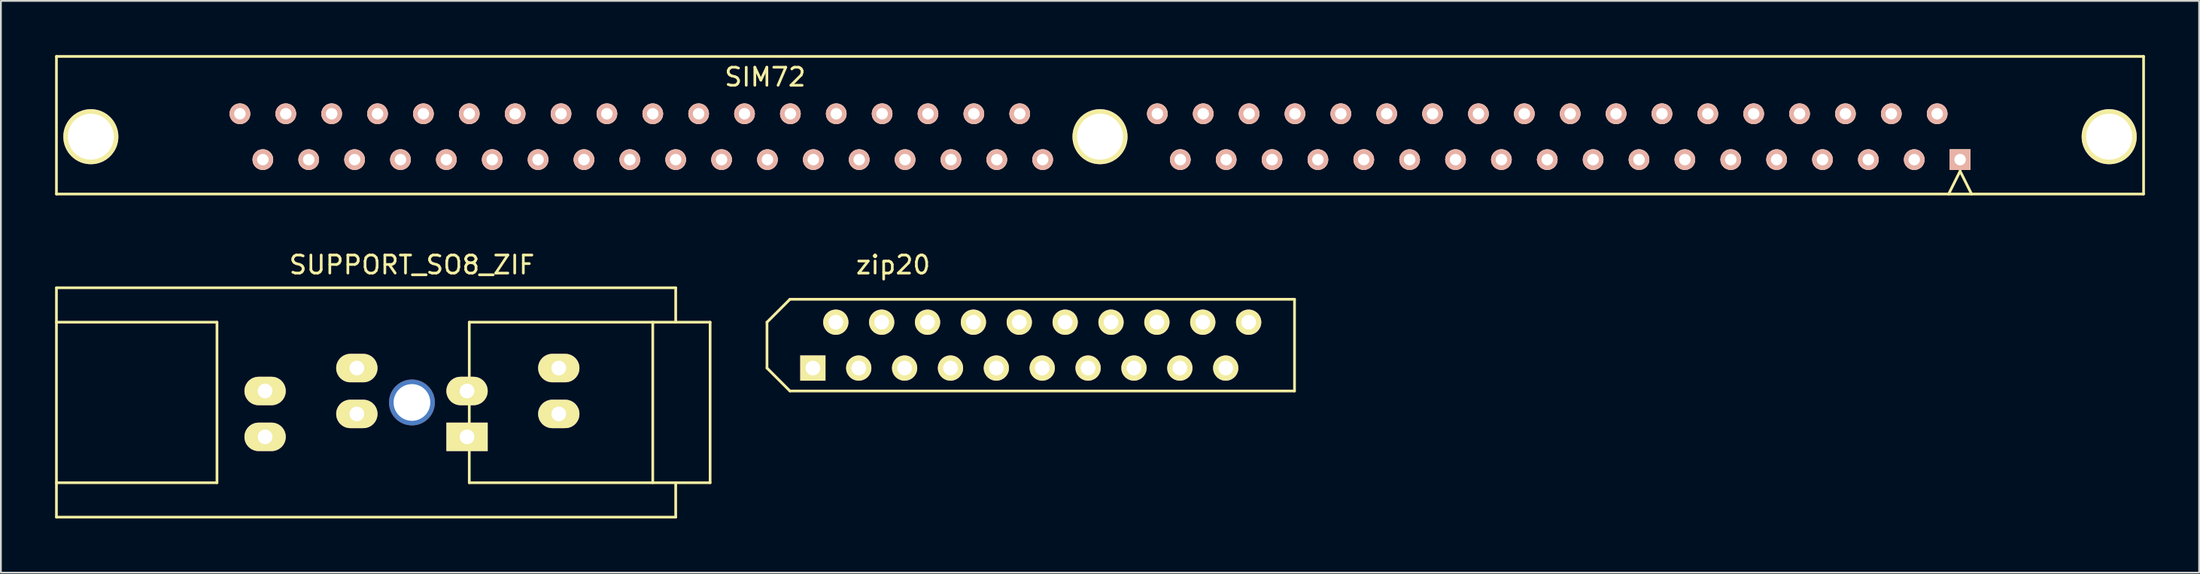
<source format=kicad_pcb>
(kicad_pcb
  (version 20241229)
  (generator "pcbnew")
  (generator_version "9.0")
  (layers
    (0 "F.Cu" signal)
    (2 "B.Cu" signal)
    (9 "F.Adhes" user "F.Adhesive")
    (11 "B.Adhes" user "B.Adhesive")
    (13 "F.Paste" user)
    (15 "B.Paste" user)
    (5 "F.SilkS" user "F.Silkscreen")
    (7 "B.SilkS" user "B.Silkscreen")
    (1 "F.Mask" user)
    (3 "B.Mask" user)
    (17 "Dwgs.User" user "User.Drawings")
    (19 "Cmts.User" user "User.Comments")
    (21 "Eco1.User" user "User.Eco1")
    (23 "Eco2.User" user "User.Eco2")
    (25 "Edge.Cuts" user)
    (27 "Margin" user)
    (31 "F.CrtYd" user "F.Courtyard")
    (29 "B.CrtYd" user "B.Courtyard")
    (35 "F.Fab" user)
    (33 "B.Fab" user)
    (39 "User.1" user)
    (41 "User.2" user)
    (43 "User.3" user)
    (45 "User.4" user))
  (footprint "SUPPORT_SO8_ZIF"
    (layer "F.Cu")
    (at 19.76 19.238)
    (property "Reference" "SUPPORT_SO8_ZIF" (at 0 -7.62 0) (layer "F.SilkS") (effects (font (size 1 1) (thickness 0.15))))
    (attr through_hole)
    (fp_line (start -19.685 -6.35) (end -19.685 6.35) (stroke (width 0.15) (type solid)) (layer "F.SilkS"))
    (fp_line (start -19.685 -6.35) (end 14.605 -6.35) (stroke (width 0.15) (type solid)) (layer "F.SilkS"))
    (fp_line (start -19.685 4.445) (end -10.795 4.445) (stroke (width 0.15) (type solid)) (layer "F.SilkS"))
    (fp_line (start -10.795 -4.445) (end -19.685 -4.445) (stroke (width 0.15) (type solid)) (layer "F.SilkS"))
    (fp_line (start -10.795 4.445) (end -10.795 -4.445) (stroke (width 0.15) (type solid)) (layer "F.SilkS"))
    (fp_line (start 3.175 -4.445) (end 3.175 4.445) (stroke (width 0.15) (type solid)) (layer "F.SilkS"))
    (fp_line (start 3.175 4.445) (end 16.51 4.445) (stroke (width 0.15) (type solid)) (layer "F.SilkS"))
    (fp_line (start 13.335 4.445) (end 13.335 -4.445) (stroke (width 0.15) (type solid)) (layer "F.SilkS"))
    (fp_line (start 14.605 -6.35) (end 14.605 -4.445) (stroke (width 0.15) (type solid)) (layer "F.SilkS"))
    (fp_line (start 14.605 6.35) (end -19.685 6.35) (stroke (width 0.15) (type solid)) (layer "F.SilkS"))
    (fp_line (start 14.605 6.35) (end 14.605 4.445) (stroke (width 0.15) (type solid)) (layer "F.SilkS"))
    (fp_line (start 16.51 -4.445) (end 3.175 -4.445) (stroke (width 0.15) (type solid)) (layer "F.SilkS"))
    (fp_line (start 16.51 4.445) (end 16.51 -4.445) (stroke (width 0.15) (type solid)) (layer "F.SilkS"))
    (pad "" thru_hole circle (at 0 0) (size 2.54 2.54) (drill 2.032) (layers "*.Cu"))
    (pad "1" thru_hole oval (at -3.051 -1.905) (size 2.286 1.575) (drill 0.813) (layers "*.Cu" "*.Mask" "F.SilkS"))
    (pad "2" thru_hole oval (at -8.131 -0.635) (size 2.286 1.575) (drill 0.813) (layers "*.Cu" "*.Mask" "F.SilkS"))
    (pad "3" thru_hole oval (at -3.051 0.635) (size 2.286 1.575) (drill 0.813) (layers "*.Cu" "*.Mask" "F.SilkS"))
    (pad "4" thru_hole oval (at -8.131 1.905) (size 2.286 1.575) (drill 0.813) (layers "*.Cu" "*.Mask" "F.SilkS"))
    (pad "5" thru_hole rect (at 3.051 1.905) (size 2.286 1.575) (drill 0.813) (layers "*.Cu" "*.Mask" "F.SilkS"))
    (pad "6" thru_hole oval (at 8.131 0.635) (size 2.286 1.575) (drill 0.813) (layers "*.Cu" "*.Mask" "F.SilkS"))
    (pad "7" thru_hole oval (at 3.051 -0.635) (size 2.286 1.575) (drill 0.813) (layers "*.Cu" "*.Mask" "F.SilkS"))
    (pad "8" thru_hole oval (at 8.131 -1.905) (size 2.286 1.575) (drill 0.813) (layers "*.Cu" "*.Mask" "F.SilkS")))
  (footprint "SIM72"
    (layer "F.Cu")
    (at 57.86 4.52)
    (property "Reference" "SIM72" (at -18.542 -3.302 0) (layer "F.SilkS") (effects (font (size 1 1) (thickness 0.15))))
    (attr through_hole)
    (fp_line (start -57.785 -4.445) (end -57.785 3.175) (stroke (width 0.15) (type solid)) (layer "F.SilkS"))
    (fp_line (start -57.785 3.175) (end 57.785 3.175) (stroke (width 0.15) (type solid)) (layer "F.SilkS"))
    (fp_line (start 46.99 3.175) (end 47.625 1.905) (stroke (width 0.15) (type solid)) (layer "F.SilkS"))
    (fp_line (start 47.625 1.905) (end 48.26 3.175) (stroke (width 0.15) (type solid)) (layer "F.SilkS"))
    (fp_line (start 57.785 -4.445) (end -57.785 -4.445) (stroke (width 0.15) (type solid)) (layer "F.SilkS"))
    (fp_line (start 57.785 3.175) (end 57.785 -4.445) (stroke (width 0.15) (type solid)) (layer "F.SilkS"))
    (pad "" thru_hole circle (at -55.88 0) (size 3.048 3.048) (drill 2.54) (layers "*.Cu" "*.Mask" "F.SilkS"))
    (pad "" thru_hole circle (at 0 0) (size 3.048 3.048) (drill 2.54) (layers "*.Cu" "*.Mask" "F.SilkS"))
    (pad "" thru_hole circle (at 55.88 0) (size 3.048 3.048) (drill 2.54) (layers "*.Cu" "*.Mask" "F.SilkS"))
    (pad "1" thru_hole rect (at 47.625 1.27) (size 1.143 1.143) (drill 0.635) (layers "*.Cu" "*.SilkS" "*.Mask"))
    (pad "2" thru_hole circle (at 46.355 -1.27) (size 1.143 1.143) (drill 0.635) (layers "*.Cu" "*.SilkS" "*.Mask"))
    (pad "3" thru_hole circle (at 45.085 1.27) (size 1.143 1.143) (drill 0.635) (layers "*.Cu" "*.SilkS" "*.Mask"))
    (pad "4" thru_hole circle (at 43.815 -1.27) (size 1.143 1.143) (drill 0.635) (layers "*.Cu" "*.SilkS" "*.Mask"))
    (pad "5" thru_hole circle (at 42.545 1.27) (size 1.143 1.143) (drill 0.635) (layers "*.Cu" "*.SilkS" "*.Mask"))
    (pad "6" thru_hole circle (at 41.275 -1.27) (size 1.143 1.143) (drill 0.635) (layers "*.Cu" "*.SilkS" "*.Mask"))
    (pad "7" thru_hole circle (at 40.005 1.27) (size 1.143 1.143) (drill 0.635) (layers "*.Cu" "*.SilkS" "*.Mask"))
    (pad "8" thru_hole circle (at 38.735 -1.27) (size 1.143 1.143) (drill 0.635) (layers "*.Cu" "*.SilkS" "*.Mask"))
    (pad "9" thru_hole circle (at 37.465 1.27) (size 1.143 1.143) (drill 0.635) (layers "*.Cu" "*.SilkS" "*.Mask"))
    (pad "10" thru_hole circle (at 36.195 -1.27) (size 1.143 1.143) (drill 0.635) (layers "*.Cu" "*.SilkS" "*.Mask"))
    (pad "11" thru_hole circle (at 34.925 1.27) (size 1.143 1.143) (drill 0.635) (layers "*.Cu" "*.SilkS" "*.Mask"))
    (pad "12" thru_hole circle (at 33.655 -1.27) (size 1.143 1.143) (drill 0.635) (layers "*.Cu" "*.SilkS" "*.Mask"))
    (pad "13" thru_hole circle (at 32.385 1.27) (size 1.143 1.143) (drill 0.635) (layers "*.Cu" "*.SilkS" "*.Mask"))
    (pad "14" thru_hole circle (at 31.115 -1.27) (size 1.143 1.143) (drill 0.635) (layers "*.Cu" "*.SilkS" "*.Mask"))
    (pad "15" thru_hole circle (at 29.845 1.27) (size 1.143 1.143) (drill 0.635) (layers "*.Cu" "*.SilkS" "*.Mask"))
    (pad "16" thru_hole circle (at 28.575 -1.27) (size 1.143 1.143) (drill 0.635) (layers "*.Cu" "*.SilkS" "*.Mask"))
    (pad "17" thru_hole circle (at 27.305 1.27) (size 1.143 1.143) (drill 0.635) (layers "*.Cu" "*.SilkS" "*.Mask"))
    (pad "18" thru_hole circle (at 26.035 -1.27) (size 1.143 1.143) (drill 0.635) (layers "*.Cu" "*.SilkS" "*.Mask"))
    (pad "19" thru_hole circle (at 24.765 1.27) (size 1.143 1.143) (drill 0.635) (layers "*.Cu" "*.SilkS" "*.Mask"))
    (pad "20" thru_hole circle (at 23.495 -1.27) (size 1.143 1.143) (drill 0.635) (layers "*.Cu" "*.SilkS" "*.Mask"))
    (pad "21" thru_hole circle (at 22.225 1.27) (size 1.143 1.143) (drill 0.635) (layers "*.Cu" "*.SilkS" "*.Mask"))
    (pad "22" thru_hole circle (at 20.955 -1.27) (size 1.143 1.143) (drill 0.635) (layers "*.Cu" "*.SilkS" "*.Mask"))
    (pad "23" thru_hole circle (at 19.685 1.27) (size 1.143 1.143) (drill 0.635) (layers "*.Cu" "*.SilkS" "*.Mask"))
    (pad "24" thru_hole circle (at 18.415 -1.27) (size 1.143 1.143) (drill 0.635) (layers "*.Cu" "*.SilkS" "*.Mask"))
    (pad "25" thru_hole circle (at 17.145 1.27) (size 1.143 1.143) (drill 0.635) (layers "*.Cu" "*.SilkS" "*.Mask"))
    (pad "26" thru_hole circle (at 15.875 -1.27) (size 1.143 1.143) (drill 0.635) (layers "*.Cu" "*.SilkS" "*.Mask"))
    (pad "27" thru_hole circle (at 14.605 1.27) (size 1.143 1.143) (drill 0.635) (layers "*.Cu" "*.SilkS" "*.Mask"))
    (pad "28" thru_hole circle (at 13.335 -1.27) (size 1.143 1.143) (drill 0.635) (layers "*.Cu" "*.SilkS" "*.Mask"))
    (pad "29" thru_hole circle (at 12.065 1.27) (size 1.143 1.143) (drill 0.635) (layers "*.Cu" "*.SilkS" "*.Mask"))
    (pad "30" thru_hole circle (at 10.795 -1.27) (size 1.143 1.143) (drill 0.635) (layers "*.Cu" "*.SilkS" "*.Mask"))
    (pad "31" thru_hole circle (at 9.525 1.27) (size 1.143 1.143) (drill 0.635) (layers "*.Cu" "*.SilkS" "*.Mask"))
    (pad "32" thru_hole circle (at 8.255 -1.27) (size 1.143 1.143) (drill 0.635) (layers "*.Cu" "*.SilkS" "*.Mask"))
    (pad "33" thru_hole circle (at 6.985 1.27) (size 1.143 1.143) (drill 0.635) (layers "*.Cu" "*.SilkS" "*.Mask"))
    (pad "34" thru_hole circle (at 5.715 -1.27) (size 1.143 1.143) (drill 0.635) (layers "*.Cu" "*.SilkS" "*.Mask"))
    (pad "35" thru_hole circle (at 4.445 1.27) (size 1.143 1.143) (drill 0.635) (layers "*.Cu" "*.SilkS" "*.Mask"))
    (pad "36" thru_hole circle (at 3.175 -1.27) (size 1.143 1.143) (drill 0.635) (layers "*.Cu" "*.SilkS" "*.Mask"))
    (pad "37" thru_hole circle (at -3.175 1.27) (size 1.143 1.143) (drill 0.635) (layers "*.Cu" "*.SilkS" "*.Mask"))
    (pad "38" thru_hole circle (at -4.445 -1.27) (size 1.143 1.143) (drill 0.635) (layers "*.Cu" "*.SilkS" "*.Mask"))
    (pad "39" thru_hole circle (at -5.715 1.27) (size 1.143 1.143) (drill 0.635) (layers "*.Cu" "*.SilkS" "*.Mask"))
    (pad "40" thru_hole circle (at -6.985 -1.27) (size 1.143 1.143) (drill 0.635) (layers "*.Cu" "*.SilkS" "*.Mask"))
    (pad "41" thru_hole circle (at -8.255 1.27) (size 1.143 1.143) (drill 0.635) (layers "*.Cu" "*.SilkS" "*.Mask"))
    (pad "42" thru_hole circle (at -9.525 -1.27) (size 1.143 1.143) (drill 0.635) (layers "*.Cu" "*.SilkS" "*.Mask"))
    (pad "43" thru_hole circle (at -10.795 1.27) (size 1.143 1.143) (drill 0.635) (layers "*.Cu" "*.SilkS" "*.Mask"))
    (pad "44" thru_hole circle (at -12.065 -1.27) (size 1.143 1.143) (drill 0.635) (layers "*.Cu" "*.SilkS" "*.Mask"))
    (pad "45" thru_hole circle (at -13.335 1.27) (size 1.143 1.143) (drill 0.635) (layers "*.Cu" "*.SilkS" "*.Mask"))
    (pad "46" thru_hole circle (at -14.605 -1.27) (size 1.143 1.143) (drill 0.635) (layers "*.Cu" "*.SilkS" "*.Mask"))
    (pad "47" thru_hole circle (at -15.875 1.27) (size 1.143 1.143) (drill 0.635) (layers "*.Cu" "*.SilkS" "*.Mask"))
    (pad "48" thru_hole circle (at -17.145 -1.27) (size 1.143 1.143) (drill 0.635) (layers "*.Cu" "*.SilkS" "*.Mask"))
    (pad "49" thru_hole circle (at -18.415 1.27) (size 1.143 1.143) (drill 0.635) (layers "*.Cu" "*.SilkS" "*.Mask"))
    (pad "50" thru_hole circle (at -19.685 -1.27) (size 1.143 1.143) (drill 0.635) (layers "*.Cu" "*.SilkS" "*.Mask"))
    (pad "51" thru_hole circle (at -20.955 1.27) (size 1.143 1.143) (drill 0.635) (layers "*.Cu" "*.SilkS" "*.Mask"))
    (pad "52" thru_hole circle (at -22.225 -1.27) (size 1.143 1.143) (drill 0.635) (layers "*.Cu" "*.SilkS" "*.Mask"))
    (pad "53" thru_hole circle (at -23.495 1.27) (size 1.143 1.143) (drill 0.635) (layers "*.Cu" "*.SilkS" "*.Mask"))
    (pad "54" thru_hole circle (at -24.765 -1.27) (size 1.143 1.143) (drill 0.635) (layers "*.Cu" "*.SilkS" "*.Mask"))
    (pad "55" thru_hole circle (at -26.035 1.27) (size 1.143 1.143) (drill 0.635) (layers "*.Cu" "*.SilkS" "*.Mask"))
    (pad "56" thru_hole circle (at -27.305 -1.27) (size 1.143 1.143) (drill 0.635) (layers "*.Cu" "*.SilkS" "*.Mask"))
    (pad "57" thru_hole circle (at -28.575 1.27) (size 1.143 1.143) (drill 0.635) (layers "*.Cu" "*.SilkS" "*.Mask"))
    (pad "58" thru_hole circle (at -29.845 -1.27) (size 1.143 1.143) (drill 0.635) (layers "*.Cu" "*.SilkS" "*.Mask"))
    (pad "59" thru_hole circle (at -31.115 1.27) (size 1.143 1.143) (drill 0.635) (layers "*.Cu" "*.SilkS" "*.Mask"))
    (pad "60" thru_hole circle (at -32.385 -1.27) (size 1.143 1.143) (drill 0.635) (layers "*.Cu" "*.SilkS" "*.Mask"))
    (pad "61" thru_hole circle (at -33.655 1.27) (size 1.143 1.143) (drill 0.635) (layers "*.Cu" "*.SilkS" "*.Mask"))
    (pad "62" thru_hole circle (at -34.925 -1.27) (size 1.143 1.143) (drill 0.635) (layers "*.Cu" "*.SilkS" "*.Mask"))
    (pad "63" thru_hole circle (at -36.195 1.27) (size 1.143 1.143) (drill 0.635) (layers "*.Cu" "*.SilkS" "*.Mask"))
    (pad "64" thru_hole circle (at -37.465 -1.27) (size 1.143 1.143) (drill 0.635) (layers "*.Cu" "*.SilkS" "*.Mask"))
    (pad "65" thru_hole circle (at -38.735 1.27) (size 1.143 1.143) (drill 0.635) (layers "*.Cu" "*.SilkS" "*.Mask"))
    (pad "66" thru_hole circle (at -40.005 -1.27) (size 1.143 1.143) (drill 0.635) (layers "*.Cu" "*.SilkS" "*.Mask"))
    (pad "67" thru_hole circle (at -41.275 1.27) (size 1.143 1.143) (drill 0.635) (layers "*.Cu" "*.SilkS" "*.Mask"))
    (pad "68" thru_hole circle (at -42.545 -1.27) (size 1.143 1.143) (drill 0.635) (layers "*.Cu" "*.SilkS" "*.Mask"))
    (pad "69" thru_hole circle (at -43.815 1.27) (size 1.143 1.143) (drill 0.635) (layers "*.Cu" "*.SilkS" "*.Mask"))
    (pad "70" thru_hole circle (at -45.085 -1.27) (size 1.143 1.143) (drill 0.635) (layers "*.Cu" "*.SilkS" "*.Mask"))
    (pad "71" thru_hole circle (at -46.355 1.27) (size 1.143 1.143) (drill 0.635) (layers "*.Cu" "*.SilkS" "*.Mask"))
    (pad "72" thru_hole circle (at -47.625 -1.27) (size 1.143 1.143) (drill 0.635) (layers "*.Cu" "*.SilkS" "*.Mask")))
  (footprint "zip20"
    (layer "F.Cu")
    (at 55.93 16.063)
    (property "Reference" "zip20" (at -9.525 -4.445 0) (layer "F.SilkS") (effects (font (size 1 1) (thickness 0.15))))
    (attr through_hole)
    (fp_line (start -16.51 -1.27) (end -15.24 -2.54) (stroke (width 0.15) (type solid)) (layer "F.SilkS"))
    (fp_line (start -16.51 1.27) (end -16.51 -1.27) (stroke (width 0.15) (type solid)) (layer "F.SilkS"))
    (fp_line (start -15.24 -2.54) (end 12.7 -2.54) (stroke (width 0.15) (type solid)) (layer "F.SilkS"))
    (fp_line (start -15.24 2.54) (end -16.51 1.27) (stroke (width 0.15) (type solid)) (layer "F.SilkS"))
    (fp_line (start 12.7 -2.54) (end 12.7 2.54) (stroke (width 0.15) (type solid)) (layer "F.SilkS"))
    (fp_line (start 12.7 2.54) (end -15.24 2.54) (stroke (width 0.15) (type solid)) (layer "F.SilkS"))
    (pad "1" thru_hole rect (at -13.97 1.27) (size 1.397 1.397) (drill 0.813) (layers "*.Cu" "*.Mask" "F.SilkS"))
    (pad "2" thru_hole circle (at -12.7 -1.27) (size 1.397 1.397) (drill 0.813) (layers "*.Cu" "*.Mask" "F.SilkS"))
    (pad "3" thru_hole circle (at -11.43 1.27) (size 1.397 1.397) (drill 0.813) (layers "*.Cu" "*.Mask" "F.SilkS"))
    (pad "4" thru_hole circle (at -10.16 -1.27) (size 1.397 1.397) (drill 0.813) (layers "*.Cu" "*.Mask" "F.SilkS"))
    (pad "5" thru_hole circle (at -8.89 1.27) (size 1.397 1.397) (drill 0.813) (layers "*.Cu" "*.Mask" "F.SilkS"))
    (pad "6" thru_hole circle (at -7.62 -1.27) (size 1.397 1.397) (drill 0.813) (layers "*.Cu" "*.Mask" "F.SilkS"))
    (pad "7" thru_hole circle (at -6.35 1.27) (size 1.397 1.397) (drill 0.813) (layers "*.Cu" "*.Mask" "F.SilkS"))
    (pad "8" thru_hole circle (at -5.08 -1.27) (size 1.397 1.397) (drill 0.813) (layers "*.Cu" "*.Mask" "F.SilkS"))
    (pad "9" thru_hole circle (at -3.81 1.27) (size 1.397 1.397) (drill 0.813) (layers "*.Cu" "*.Mask" "F.SilkS"))
    (pad "10" thru_hole circle (at -2.54 -1.27) (size 1.397 1.397) (drill 0.813) (layers "*.Cu" "*.Mask" "F.SilkS"))
    (pad "11" thru_hole circle (at -1.27 1.27) (size 1.397 1.397) (drill 0.813) (layers "*.Cu" "*.Mask" "F.SilkS"))
    (pad "12" thru_hole circle (at 0 -1.27) (size 1.397 1.397) (drill 0.813) (layers "*.Cu" "*.Mask" "F.SilkS"))
    (pad "13" thru_hole circle (at 1.27 1.27) (size 1.397 1.397) (drill 0.813) (layers "*.Cu" "*.Mask" "F.SilkS"))
    (pad "14" thru_hole circle (at 2.54 -1.27) (size 1.397 1.397) (drill 0.813) (layers "*.Cu" "*.Mask" "F.SilkS"))
    (pad "15" thru_hole circle (at 3.81 1.27) (size 1.397 1.397) (drill 0.813) (layers "*.Cu" "*.Mask" "F.SilkS"))
    (pad "16" thru_hole circle (at 5.08 -1.27) (size 1.397 1.397) (drill 0.813) (layers "*.Cu" "*.Mask" "F.SilkS"))
    (pad "17" thru_hole circle (at 6.35 1.27) (size 1.397 1.397) (drill 0.813) (layers "*.Cu" "*.Mask" "F.SilkS"))
    (pad "18" thru_hole circle (at 7.62 -1.27) (size 1.397 1.397) (drill 0.813) (layers "*.Cu" "*.Mask" "F.SilkS"))
    (pad "19" thru_hole circle (at 8.89 1.27) (size 1.397 1.397) (drill 0.813) (layers "*.Cu" "*.Mask" "F.SilkS"))
    (pad "20" thru_hole circle (at 10.16 -1.27) (size 1.397 1.397) (drill 0.813) (layers "*.Cu" "*.Mask" "F.SilkS")))
  (gr_rect
    (start -3 -3)
    (end 118.72 28.663)
    (stroke (width 0.1) (type default))
    (fill no)
    (layer "Edge.Cuts")))
</source>
